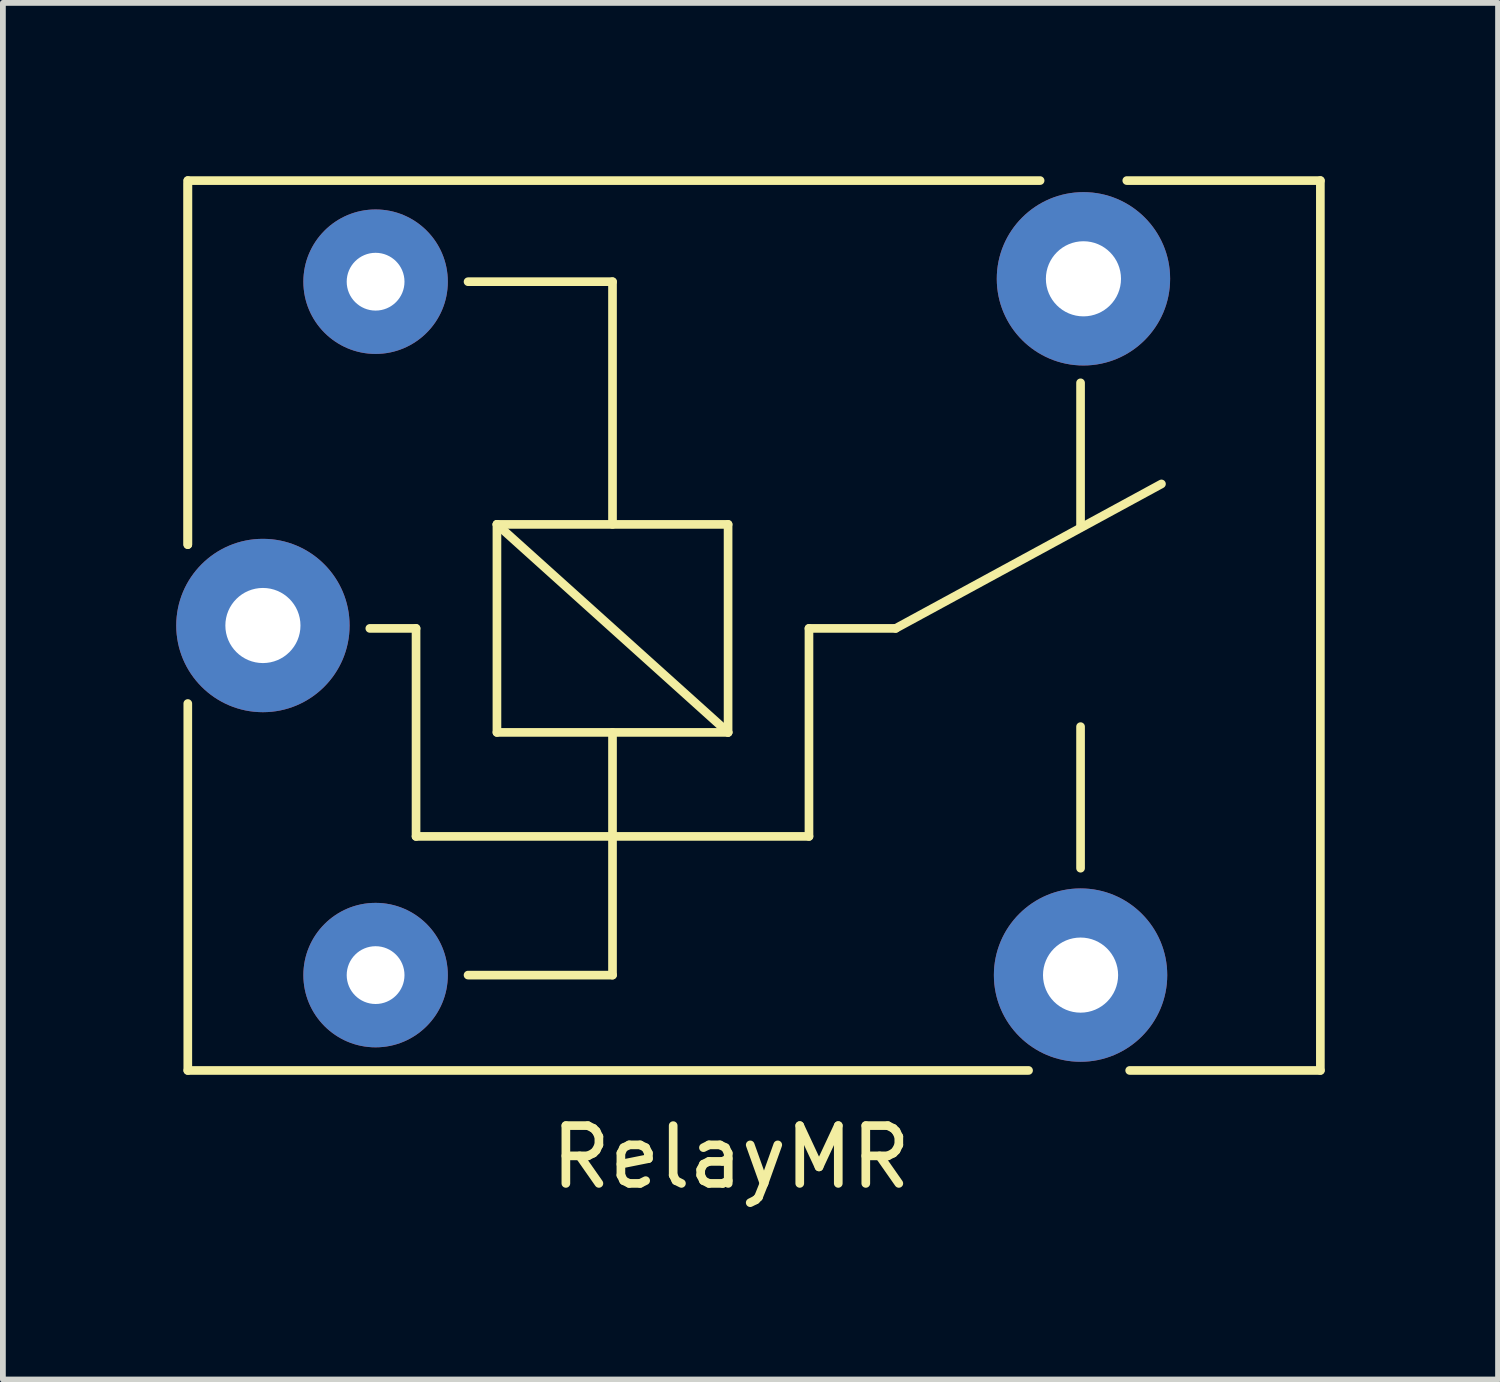
<source format=kicad_pcb>
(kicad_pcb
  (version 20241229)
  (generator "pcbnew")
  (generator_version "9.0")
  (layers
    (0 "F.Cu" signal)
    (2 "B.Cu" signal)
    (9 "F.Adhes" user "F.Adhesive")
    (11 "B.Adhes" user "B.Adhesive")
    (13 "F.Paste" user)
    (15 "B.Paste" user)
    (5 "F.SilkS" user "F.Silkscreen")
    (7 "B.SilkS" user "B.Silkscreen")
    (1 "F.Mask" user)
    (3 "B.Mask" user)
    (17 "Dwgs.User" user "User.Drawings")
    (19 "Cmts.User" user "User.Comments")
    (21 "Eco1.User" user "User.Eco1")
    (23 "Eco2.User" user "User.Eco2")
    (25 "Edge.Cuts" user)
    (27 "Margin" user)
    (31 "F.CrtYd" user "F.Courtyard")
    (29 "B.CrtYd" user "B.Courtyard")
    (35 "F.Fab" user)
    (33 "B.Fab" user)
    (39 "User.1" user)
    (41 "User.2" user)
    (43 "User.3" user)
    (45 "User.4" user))
  (footprint "RelayMR"
    (layer "F.Cu")
    (at 1.5 7.775)
    (property "Reference" "RelayMR" (at 8.1 9.2 0) (layer "F.SilkS") (effects (font (size 1 1) (thickness 0.15))))
    (attr through_hole)
    (fp_line (start -1.3 -7.7) (end 13.45 -7.7) (stroke (width 0.15) (type solid)) (layer "F.SilkS"))
    (fp_line (start -1.3 -7.65) (end -1.3 -1.4) (stroke (width 0.15) (type solid)) (layer "F.SilkS"))
    (fp_line (start -1.3 -1.4) (end -1.3 -7.7) (stroke (width 0.15) (type solid)) (layer "F.SilkS"))
    (fp_line (start -1.3 1.35) (end -1.3 7.7) (stroke (width 0.15) (type solid)) (layer "F.SilkS"))
    (fp_line (start -1.3 7.7) (end 13.25 7.7) (stroke (width 0.15) (type solid)) (layer "F.SilkS"))
    (fp_line (start 2.65 0.05) (end 1.85 0.05) (stroke (width 0.15) (type solid)) (layer "F.SilkS"))
    (fp_line (start 2.65 0.05) (end 2.65 3.65) (stroke (width 0.15) (type solid)) (layer "F.SilkS"))
    (fp_line (start 3.55 6.05) (end 6.05 6.05) (stroke (width 0.15) (type solid)) (layer "F.SilkS"))
    (fp_line (start 4.05 -1.75) (end 8.05 -1.75) (stroke (width 0.15) (type solid)) (layer "F.SilkS"))
    (fp_line (start 4.05 1.85) (end 4.05 -1.75) (stroke (width 0.15) (type solid)) (layer "F.SilkS"))
    (fp_line (start 6.05 -5.95) (end 3.55 -5.95) (stroke (width 0.15) (type solid)) (layer "F.SilkS"))
    (fp_line (start 6.05 -5.95) (end 6.05 -1.75) (stroke (width 0.15) (type solid)) (layer "F.SilkS"))
    (fp_line (start 6.05 1.85) (end 6.05 6.05) (stroke (width 0.15) (type solid)) (layer "F.SilkS"))
    (fp_line (start 8.05 -1.75) (end 8.05 1.85) (stroke (width 0.15) (type solid)) (layer "F.SilkS"))
    (fp_line (start 8.05 1.85) (end 4.05 -1.75) (stroke (width 0.15) (type solid)) (layer "F.SilkS"))
    (fp_line (start 8.05 1.85) (end 4.05 1.85) (stroke (width 0.15) (type solid)) (layer "F.SilkS"))
    (fp_line (start 9.45 0.05) (end 9.45 3.65) (stroke (width 0.15) (type solid)) (layer "F.SilkS"))
    (fp_line (start 9.45 0.05) (end 10.95 0.05) (stroke (width 0.15) (type solid)) (layer "F.SilkS"))
    (fp_line (start 9.45 3.65) (end 2.65 3.65) (stroke (width 0.15) (type solid)) (layer "F.SilkS"))
    (fp_line (start 10.95 0.05) (end 15.55 -2.45) (stroke (width 0.15) (type solid)) (layer "F.SilkS"))
    (fp_line (start 14.15 -4.2) (end 14.15 -1.7) (stroke (width 0.15) (type solid)) (layer "F.SilkS"))
    (fp_line (start 14.15 4.2) (end 14.15 1.75) (stroke (width 0.15) (type solid)) (layer "F.SilkS"))
    (fp_line (start 15 7.7) (end 18.3 7.7) (stroke (width 0.15) (type solid)) (layer "F.SilkS"))
    (fp_line (start 18.3 -7.7) (end 14.95 -7.7) (stroke (width 0.15) (type solid)) (layer "F.SilkS"))
    (fp_line (start 18.3 7.7) (end 18.3 -7.7) (stroke (width 0.15) (type solid)) (layer "F.SilkS"))
    (pad "1" thru_hole circle (at 1.95 -5.95 90) (size 2.5 2.5) (drill 1) (layers "*.Cu" "*.Mask"))
    (pad "2" thru_hole circle (at 0 0 90) (size 3 3) (drill 1.3) (layers "*.Cu" "*.Mask"))
    (pad "3" thru_hole circle (at 14.15 6.05 90) (size 3 3) (drill 1.3) (layers "*.Cu" "*.Mask"))
    (pad "4" thru_hole circle (at 14.2 -6 90) (size 3 3) (drill 1.3) (layers "*.Cu" "*.Mask"))
    (pad "5" thru_hole circle (at 1.95 6.05 90) (size 2.5 2.5) (drill 1) (layers "*.Cu" "*.Mask")))
  (gr_rect
    (start -3 -3)
    (end 22.875 20.823)
    (stroke (width 0.1) (type default))
    (fill no)
    (layer "Edge.Cuts")))
</source>
